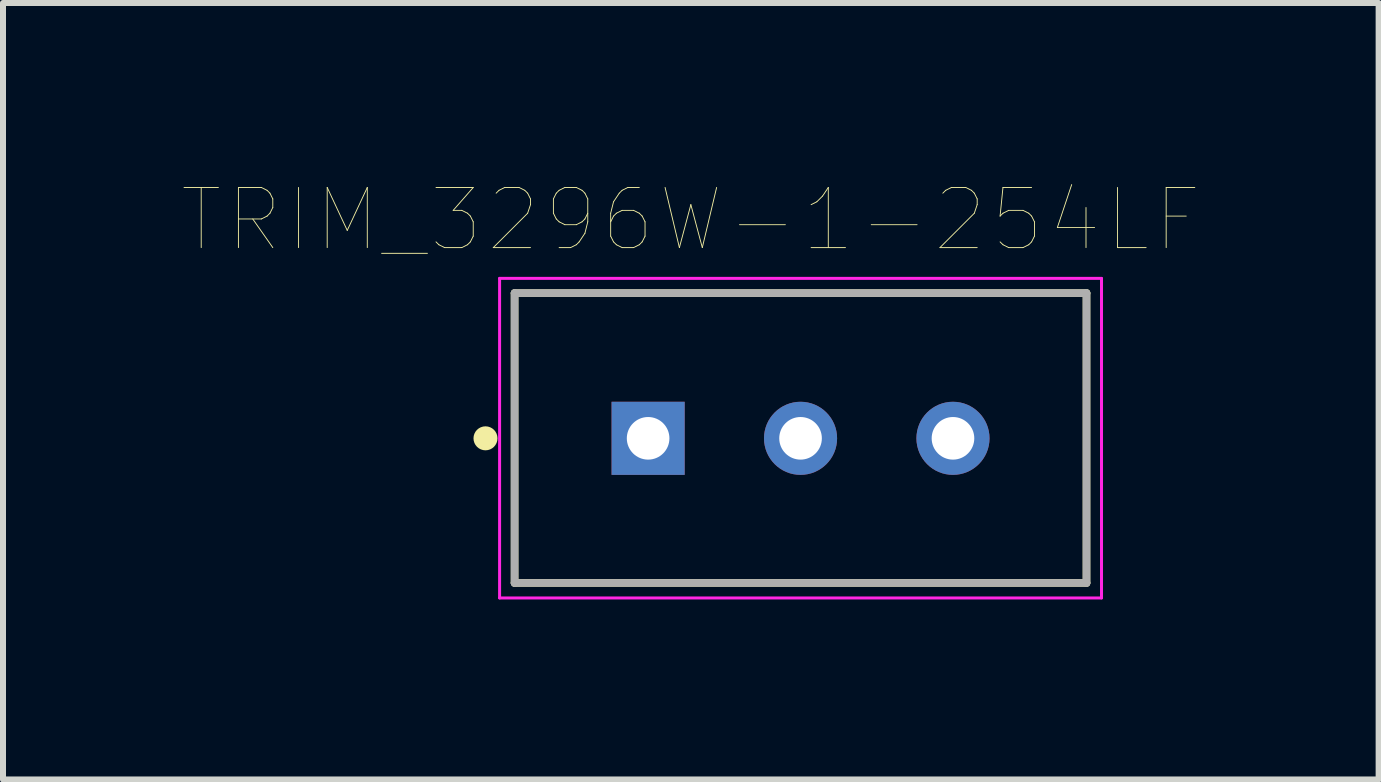
<source format=kicad_pcb>
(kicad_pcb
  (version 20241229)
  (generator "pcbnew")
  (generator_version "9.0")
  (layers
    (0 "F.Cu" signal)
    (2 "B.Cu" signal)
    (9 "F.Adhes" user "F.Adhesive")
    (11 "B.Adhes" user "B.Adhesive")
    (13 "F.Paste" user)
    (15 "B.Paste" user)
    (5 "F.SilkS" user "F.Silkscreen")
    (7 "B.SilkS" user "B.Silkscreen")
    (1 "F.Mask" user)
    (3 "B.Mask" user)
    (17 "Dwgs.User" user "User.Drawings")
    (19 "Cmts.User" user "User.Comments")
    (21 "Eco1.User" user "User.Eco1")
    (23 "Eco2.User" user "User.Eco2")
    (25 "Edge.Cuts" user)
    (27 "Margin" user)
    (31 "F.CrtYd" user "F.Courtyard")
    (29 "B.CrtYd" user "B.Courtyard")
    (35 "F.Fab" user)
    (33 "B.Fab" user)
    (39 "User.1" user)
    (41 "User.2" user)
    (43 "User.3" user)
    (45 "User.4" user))
  (footprint "TRIM_3296W-1-254LF"
    (layer "F.Cu")
    (at 10.29 4.254)
    (property "Reference" "TRIM_3296W-1-254LF" (at -1.828 -3.641 0) (layer "F.SilkS") (effects (font (size 1.002 1.002) (thickness 0.015))))
    (attr through_hole)
    (fp_line (start -4.765 -2.42) (end 4.765 -2.42) (stroke (width 0.127) (type solid)) (layer "F.SilkS"))
    (fp_line (start -4.765 2.41) (end -4.765 -2.42) (stroke (width 0.127) (type solid)) (layer "F.SilkS"))
    (fp_line (start 4.765 -2.42) (end 4.765 2.41) (stroke (width 0.127) (type solid)) (layer "F.SilkS"))
    (fp_line (start 4.765 2.41) (end -4.765 2.41) (stroke (width 0.127) (type solid)) (layer "F.SilkS"))
    (fp_circle (center -5.25 0) (end -5.15 0) (stroke (width 0.2) (type solid)) (fill no) (layer "F.SilkS"))
    (fp_line (start -5.015 -2.665) (end 5.015 -2.665) (stroke (width 0.05) (type solid)) (layer "F.CrtYd"))
    (fp_line (start -5.015 2.66) (end -5.015 -2.665) (stroke (width 0.05) (type solid)) (layer "F.CrtYd"))
    (fp_line (start 5.015 -2.665) (end 5.015 2.66) (stroke (width 0.05) (type solid)) (layer "F.CrtYd"))
    (fp_line (start 5.015 2.66) (end -5.015 2.66) (stroke (width 0.05) (type solid)) (layer "F.CrtYd"))
    (fp_line (start -4.765 -2.42) (end 4.765 -2.42) (stroke (width 0.127) (type solid)) (layer "F.Fab"))
    (fp_line (start -4.765 2.41) (end -4.765 -2.42) (stroke (width 0.127) (type solid)) (layer "F.Fab"))
    (fp_line (start 4.765 -2.42) (end 4.765 2.41) (stroke (width 0.127) (type solid)) (layer "F.Fab"))
    (fp_line (start 4.765 2.41) (end -4.765 2.41) (stroke (width 0.127) (type solid)) (layer "F.Fab"))
    (fp_circle (center -2.54 0) (end -2.44 0) (stroke (width 0.2) (type solid)) (fill no) (layer "F.Fab"))
    (pad "1" thru_hole rect (at -2.54 0) (size 1.218 1.218) (drill 0.71) (layers "*.Cu" "*.Mask"))
    (pad "2" thru_hole circle (at 0 0) (size 1.218 1.218) (drill 0.71) (layers "*.Cu" "*.Mask"))
    (pad "3" thru_hole circle (at 2.54 0) (size 1.218 1.218) (drill 0.71) (layers "*.Cu" "*.Mask")))
  (gr_rect
    (start -3 -3)
    (end 19.923 9.939)
    (stroke (width 0.1) (type default))
    (fill no)
    (layer "Edge.Cuts")))
</source>
